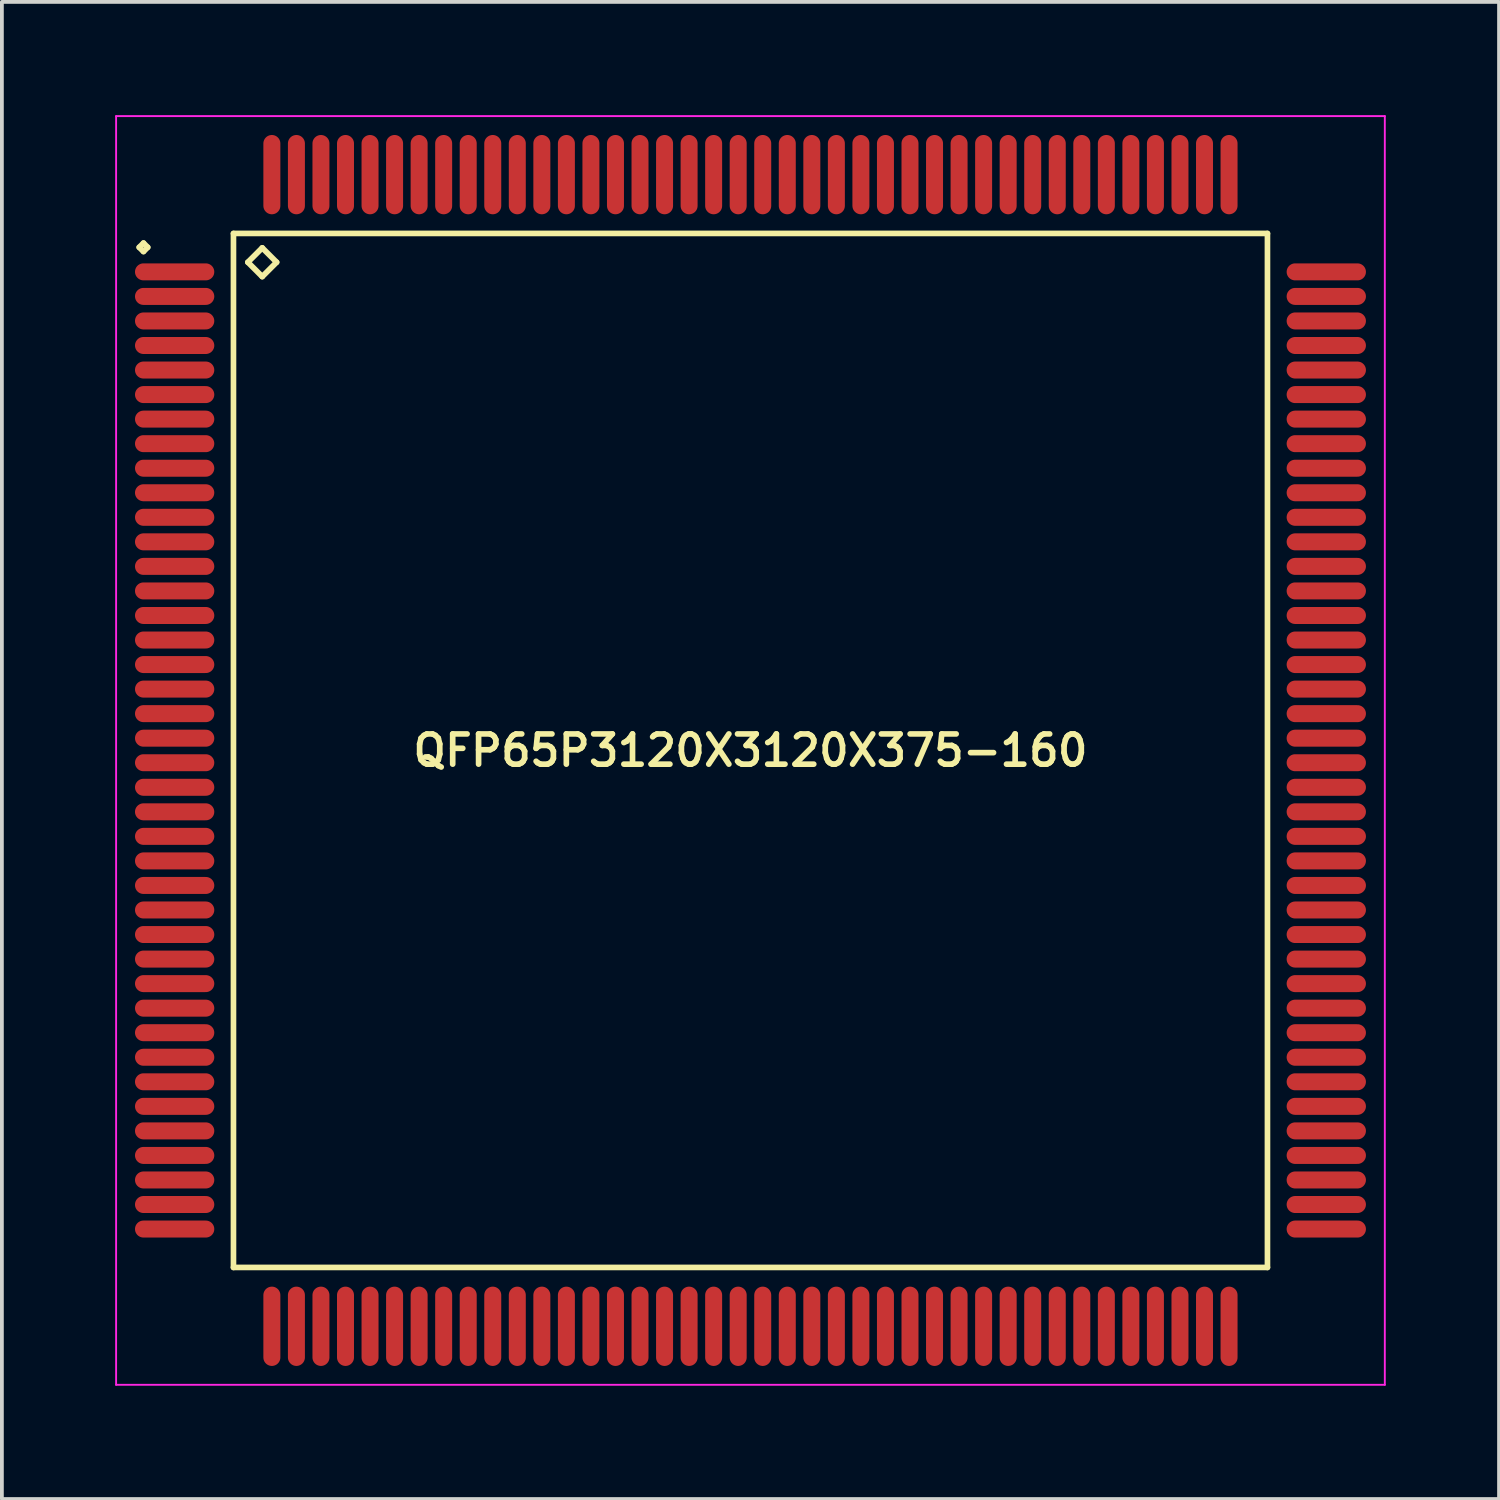
<source format=kicad_pcb>
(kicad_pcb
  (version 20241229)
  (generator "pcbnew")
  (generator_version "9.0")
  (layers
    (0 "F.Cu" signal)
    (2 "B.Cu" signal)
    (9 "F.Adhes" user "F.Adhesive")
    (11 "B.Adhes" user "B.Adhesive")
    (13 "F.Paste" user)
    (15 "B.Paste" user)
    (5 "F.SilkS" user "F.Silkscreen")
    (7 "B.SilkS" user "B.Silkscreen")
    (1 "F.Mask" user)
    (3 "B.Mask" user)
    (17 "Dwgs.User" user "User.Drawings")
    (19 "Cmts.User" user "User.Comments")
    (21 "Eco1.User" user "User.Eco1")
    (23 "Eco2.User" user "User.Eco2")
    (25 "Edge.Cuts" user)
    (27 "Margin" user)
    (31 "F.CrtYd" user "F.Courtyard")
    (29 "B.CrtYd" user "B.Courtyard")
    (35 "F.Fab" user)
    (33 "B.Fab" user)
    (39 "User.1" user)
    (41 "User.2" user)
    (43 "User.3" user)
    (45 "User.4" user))
  (footprint "QFP65P3120X3120X375-160"
    (layer "F.Cu")
    (at 16.825 16.825)
    (property "Reference" "QFP65P3120X3120X375-160" (at 0 0 0) (layer "F.SilkS") (effects (font (size 0.8 0.8) (thickness 0.15))))
    (attr smd)
    (fp_line (start -16.188 -13.325) (end -16.075 -13.438) (stroke (width 0.15) (type solid)) (layer "F.SilkS"))
    (fp_line (start -16.075 -13.438) (end -15.963 -13.325) (stroke (width 0.15) (type solid)) (layer "F.SilkS"))
    (fp_line (start -16.075 -13.213) (end -16.188 -13.325) (stroke (width 0.15) (type solid)) (layer "F.SilkS"))
    (fp_line (start -15.963 -13.325) (end -16.075 -13.213) (stroke (width 0.15) (type solid)) (layer "F.SilkS"))
    (fp_line (start -13.692 -13.692) (end -13.692 13.692) (stroke (width 0.15) (type solid)) (layer "F.SilkS"))
    (fp_line (start -13.692 13.692) (end 13.692 13.692) (stroke (width 0.15) (type solid)) (layer "F.SilkS"))
    (fp_line (start -13.311 -12.93) (end -12.93 -13.311) (stroke (width 0.15) (type solid)) (layer "F.SilkS"))
    (fp_line (start -12.93 -13.311) (end -12.549 -12.93) (stroke (width 0.15) (type solid)) (layer "F.SilkS"))
    (fp_line (start -12.93 -12.549) (end -13.311 -12.93) (stroke (width 0.15) (type solid)) (layer "F.SilkS"))
    (fp_line (start -12.549 -12.93) (end -12.93 -12.549) (stroke (width 0.15) (type solid)) (layer "F.SilkS"))
    (fp_line (start 13.692 -13.692) (end -13.692 -13.692) (stroke (width 0.15) (type solid)) (layer "F.SilkS"))
    (fp_line (start 13.692 13.692) (end 13.692 -13.692) (stroke (width 0.15) (type solid)) (layer "F.SilkS"))
    (fp_line (start -16.8 -16.8) (end 16.8 -16.8) (stroke (width 0.05) (type solid)) (layer "F.CrtYd"))
    (fp_line (start -16.8 16.8) (end -16.8 -16.8) (stroke (width 0.05) (type solid)) (layer "F.CrtYd"))
    (fp_line (start 16.8 -16.8) (end 16.8 16.8) (stroke (width 0.05) (type solid)) (layer "F.CrtYd"))
    (fp_line (start 16.8 16.8) (end -16.8 16.8) (stroke (width 0.05) (type solid)) (layer "F.CrtYd"))
    (pad "1" smd oval (at -15.25 -12.675) (size 2.1 0.45) (layers "F.Cu" "F.Mask" "F.Paste"))
    (pad "2" smd oval (at -15.25 -12.025) (size 2.1 0.45) (layers "F.Cu" "F.Mask" "F.Paste"))
    (pad "3" smd oval (at -15.25 -11.375) (size 2.1 0.45) (layers "F.Cu" "F.Mask" "F.Paste"))
    (pad "4" smd oval (at -15.25 -10.725) (size 2.1 0.45) (layers "F.Cu" "F.Mask" "F.Paste"))
    (pad "5" smd oval (at -15.25 -10.075) (size 2.1 0.45) (layers "F.Cu" "F.Mask" "F.Paste"))
    (pad "6" smd oval (at -15.25 -9.425) (size 2.1 0.45) (layers "F.Cu" "F.Mask" "F.Paste"))
    (pad "7" smd oval (at -15.25 -8.775) (size 2.1 0.45) (layers "F.Cu" "F.Mask" "F.Paste"))
    (pad "8" smd oval (at -15.25 -8.125) (size 2.1 0.45) (layers "F.Cu" "F.Mask" "F.Paste"))
    (pad "9" smd oval (at -15.25 -7.475) (size 2.1 0.45) (layers "F.Cu" "F.Mask" "F.Paste"))
    (pad "10" smd oval (at -15.25 -6.825) (size 2.1 0.45) (layers "F.Cu" "F.Mask" "F.Paste"))
    (pad "11" smd oval (at -15.25 -6.175) (size 2.1 0.45) (layers "F.Cu" "F.Mask" "F.Paste"))
    (pad "12" smd oval (at -15.25 -5.525) (size 2.1 0.45) (layers "F.Cu" "F.Mask" "F.Paste"))
    (pad "13" smd oval (at -15.25 -4.875) (size 2.1 0.45) (layers "F.Cu" "F.Mask" "F.Paste"))
    (pad "14" smd oval (at -15.25 -4.225) (size 2.1 0.45) (layers "F.Cu" "F.Mask" "F.Paste"))
    (pad "15" smd oval (at -15.25 -3.575) (size 2.1 0.45) (layers "F.Cu" "F.Mask" "F.Paste"))
    (pad "16" smd oval (at -15.25 -2.925) (size 2.1 0.45) (layers "F.Cu" "F.Mask" "F.Paste"))
    (pad "17" smd oval (at -15.25 -2.275) (size 2.1 0.45) (layers "F.Cu" "F.Mask" "F.Paste"))
    (pad "18" smd oval (at -15.25 -1.625) (size 2.1 0.45) (layers "F.Cu" "F.Mask" "F.Paste"))
    (pad "19" smd oval (at -15.25 -0.975) (size 2.1 0.45) (layers "F.Cu" "F.Mask" "F.Paste"))
    (pad "20" smd oval (at -15.25 -0.325) (size 2.1 0.45) (layers "F.Cu" "F.Mask" "F.Paste"))
    (pad "21" smd oval (at -15.25 0.325) (size 2.1 0.45) (layers "F.Cu" "F.Mask" "F.Paste"))
    (pad "22" smd oval (at -15.25 0.975) (size 2.1 0.45) (layers "F.Cu" "F.Mask" "F.Paste"))
    (pad "23" smd oval (at -15.25 1.625) (size 2.1 0.45) (layers "F.Cu" "F.Mask" "F.Paste"))
    (pad "24" smd oval (at -15.25 2.275) (size 2.1 0.45) (layers "F.Cu" "F.Mask" "F.Paste"))
    (pad "25" smd oval (at -15.25 2.925) (size 2.1 0.45) (layers "F.Cu" "F.Mask" "F.Paste"))
    (pad "26" smd oval (at -15.25 3.575) (size 2.1 0.45) (layers "F.Cu" "F.Mask" "F.Paste"))
    (pad "27" smd oval (at -15.25 4.225) (size 2.1 0.45) (layers "F.Cu" "F.Mask" "F.Paste"))
    (pad "28" smd oval (at -15.25 4.875) (size 2.1 0.45) (layers "F.Cu" "F.Mask" "F.Paste"))
    (pad "29" smd oval (at -15.25 5.525) (size 2.1 0.45) (layers "F.Cu" "F.Mask" "F.Paste"))
    (pad "30" smd oval (at -15.25 6.175) (size 2.1 0.45) (layers "F.Cu" "F.Mask" "F.Paste"))
    (pad "31" smd oval (at -15.25 6.825) (size 2.1 0.45) (layers "F.Cu" "F.Mask" "F.Paste"))
    (pad "32" smd oval (at -15.25 7.475) (size 2.1 0.45) (layers "F.Cu" "F.Mask" "F.Paste"))
    (pad "33" smd oval (at -15.25 8.125) (size 2.1 0.45) (layers "F.Cu" "F.Mask" "F.Paste"))
    (pad "34" smd oval (at -15.25 8.775) (size 2.1 0.45) (layers "F.Cu" "F.Mask" "F.Paste"))
    (pad "35" smd oval (at -15.25 9.425) (size 2.1 0.45) (layers "F.Cu" "F.Mask" "F.Paste"))
    (pad "36" smd oval (at -15.25 10.075) (size 2.1 0.45) (layers "F.Cu" "F.Mask" "F.Paste"))
    (pad "37" smd oval (at -15.25 10.725) (size 2.1 0.45) (layers "F.Cu" "F.Mask" "F.Paste"))
    (pad "38" smd oval (at -15.25 11.375) (size 2.1 0.45) (layers "F.Cu" "F.Mask" "F.Paste"))
    (pad "39" smd oval (at -15.25 12.025) (size 2.1 0.45) (layers "F.Cu" "F.Mask" "F.Paste"))
    (pad "40" smd oval (at -15.25 12.675) (size 2.1 0.45) (layers "F.Cu" "F.Mask" "F.Paste"))
    (pad "41" smd oval (at -12.675 15.25) (size 0.45 2.1) (layers "F.Cu" "F.Mask" "F.Paste"))
    (pad "42" smd oval (at -12.025 15.25) (size 0.45 2.1) (layers "F.Cu" "F.Mask" "F.Paste"))
    (pad "43" smd oval (at -11.375 15.25) (size 0.45 2.1) (layers "F.Cu" "F.Mask" "F.Paste"))
    (pad "44" smd oval (at -10.725 15.25) (size 0.45 2.1) (layers "F.Cu" "F.Mask" "F.Paste"))
    (pad "45" smd oval (at -10.075 15.25) (size 0.45 2.1) (layers "F.Cu" "F.Mask" "F.Paste"))
    (pad "46" smd oval (at -9.425 15.25) (size 0.45 2.1) (layers "F.Cu" "F.Mask" "F.Paste"))
    (pad "47" smd oval (at -8.775 15.25) (size 0.45 2.1) (layers "F.Cu" "F.Mask" "F.Paste"))
    (pad "48" smd oval (at -8.125 15.25) (size 0.45 2.1) (layers "F.Cu" "F.Mask" "F.Paste"))
    (pad "49" smd oval (at -7.475 15.25) (size 0.45 2.1) (layers "F.Cu" "F.Mask" "F.Paste"))
    (pad "50" smd oval (at -6.825 15.25) (size 0.45 2.1) (layers "F.Cu" "F.Mask" "F.Paste"))
    (pad "51" smd oval (at -6.175 15.25) (size 0.45 2.1) (layers "F.Cu" "F.Mask" "F.Paste"))
    (pad "52" smd oval (at -5.525 15.25) (size 0.45 2.1) (layers "F.Cu" "F.Mask" "F.Paste"))
    (pad "53" smd oval (at -4.875 15.25) (size 0.45 2.1) (layers "F.Cu" "F.Mask" "F.Paste"))
    (pad "54" smd oval (at -4.225 15.25) (size 0.45 2.1) (layers "F.Cu" "F.Mask" "F.Paste"))
    (pad "55" smd oval (at -3.575 15.25) (size 0.45 2.1) (layers "F.Cu" "F.Mask" "F.Paste"))
    (pad "56" smd oval (at -2.925 15.25) (size 0.45 2.1) (layers "F.Cu" "F.Mask" "F.Paste"))
    (pad "57" smd oval (at -2.275 15.25) (size 0.45 2.1) (layers "F.Cu" "F.Mask" "F.Paste"))
    (pad "58" smd oval (at -1.625 15.25) (size 0.45 2.1) (layers "F.Cu" "F.Mask" "F.Paste"))
    (pad "59" smd oval (at -0.975 15.25) (size 0.45 2.1) (layers "F.Cu" "F.Mask" "F.Paste"))
    (pad "60" smd oval (at -0.325 15.25) (size 0.45 2.1) (layers "F.Cu" "F.Mask" "F.Paste"))
    (pad "61" smd oval (at 0.325 15.25) (size 0.45 2.1) (layers "F.Cu" "F.Mask" "F.Paste"))
    (pad "62" smd oval (at 0.975 15.25) (size 0.45 2.1) (layers "F.Cu" "F.Mask" "F.Paste"))
    (pad "63" smd oval (at 1.625 15.25) (size 0.45 2.1) (layers "F.Cu" "F.Mask" "F.Paste"))
    (pad "64" smd oval (at 2.275 15.25) (size 0.45 2.1) (layers "F.Cu" "F.Mask" "F.Paste"))
    (pad "65" smd oval (at 2.925 15.25) (size 0.45 2.1) (layers "F.Cu" "F.Mask" "F.Paste"))
    (pad "66" smd oval (at 3.575 15.25) (size 0.45 2.1) (layers "F.Cu" "F.Mask" "F.Paste"))
    (pad "67" smd oval (at 4.225 15.25) (size 0.45 2.1) (layers "F.Cu" "F.Mask" "F.Paste"))
    (pad "68" smd oval (at 4.875 15.25) (size 0.45 2.1) (layers "F.Cu" "F.Mask" "F.Paste"))
    (pad "69" smd oval (at 5.525 15.25) (size 0.45 2.1) (layers "F.Cu" "F.Mask" "F.Paste"))
    (pad "70" smd oval (at 6.175 15.25) (size 0.45 2.1) (layers "F.Cu" "F.Mask" "F.Paste"))
    (pad "71" smd oval (at 6.825 15.25) (size 0.45 2.1) (layers "F.Cu" "F.Mask" "F.Paste"))
    (pad "72" smd oval (at 7.475 15.25) (size 0.45 2.1) (layers "F.Cu" "F.Mask" "F.Paste"))
    (pad "73" smd oval (at 8.125 15.25) (size 0.45 2.1) (layers "F.Cu" "F.Mask" "F.Paste"))
    (pad "74" smd oval (at 8.775 15.25) (size 0.45 2.1) (layers "F.Cu" "F.Mask" "F.Paste"))
    (pad "75" smd oval (at 9.425 15.25) (size 0.45 2.1) (layers "F.Cu" "F.Mask" "F.Paste"))
    (pad "76" smd oval (at 10.075 15.25) (size 0.45 2.1) (layers "F.Cu" "F.Mask" "F.Paste"))
    (pad "77" smd oval (at 10.725 15.25) (size 0.45 2.1) (layers "F.Cu" "F.Mask" "F.Paste"))
    (pad "78" smd oval (at 11.375 15.25) (size 0.45 2.1) (layers "F.Cu" "F.Mask" "F.Paste"))
    (pad "79" smd oval (at 12.025 15.25) (size 0.45 2.1) (layers "F.Cu" "F.Mask" "F.Paste"))
    (pad "80" smd oval (at 12.675 15.25) (size 0.45 2.1) (layers "F.Cu" "F.Mask" "F.Paste"))
    (pad "81" smd oval (at 15.25 12.675) (size 2.1 0.45) (layers "F.Cu" "F.Mask" "F.Paste"))
    (pad "82" smd oval (at 15.25 12.025) (size 2.1 0.45) (layers "F.Cu" "F.Mask" "F.Paste"))
    (pad "83" smd oval (at 15.25 11.375) (size 2.1 0.45) (layers "F.Cu" "F.Mask" "F.Paste"))
    (pad "84" smd oval (at 15.25 10.725) (size 2.1 0.45) (layers "F.Cu" "F.Mask" "F.Paste"))
    (pad "85" smd oval (at 15.25 10.075) (size 2.1 0.45) (layers "F.Cu" "F.Mask" "F.Paste"))
    (pad "86" smd oval (at 15.25 9.425) (size 2.1 0.45) (layers "F.Cu" "F.Mask" "F.Paste"))
    (pad "87" smd oval (at 15.25 8.775) (size 2.1 0.45) (layers "F.Cu" "F.Mask" "F.Paste"))
    (pad "88" smd oval (at 15.25 8.125) (size 2.1 0.45) (layers "F.Cu" "F.Mask" "F.Paste"))
    (pad "89" smd oval (at 15.25 7.475) (size 2.1 0.45) (layers "F.Cu" "F.Mask" "F.Paste"))
    (pad "90" smd oval (at 15.25 6.825) (size 2.1 0.45) (layers "F.Cu" "F.Mask" "F.Paste"))
    (pad "91" smd oval (at 15.25 6.175) (size 2.1 0.45) (layers "F.Cu" "F.Mask" "F.Paste"))
    (pad "92" smd oval (at 15.25 5.525) (size 2.1 0.45) (layers "F.Cu" "F.Mask" "F.Paste"))
    (pad "93" smd oval (at 15.25 4.875) (size 2.1 0.45) (layers "F.Cu" "F.Mask" "F.Paste"))
    (pad "94" smd oval (at 15.25 4.225) (size 2.1 0.45) (layers "F.Cu" "F.Mask" "F.Paste"))
    (pad "95" smd oval (at 15.25 3.575) (size 2.1 0.45) (layers "F.Cu" "F.Mask" "F.Paste"))
    (pad "96" smd oval (at 15.25 2.925) (size 2.1 0.45) (layers "F.Cu" "F.Mask" "F.Paste"))
    (pad "97" smd oval (at 15.25 2.275) (size 2.1 0.45) (layers "F.Cu" "F.Mask" "F.Paste"))
    (pad "98" smd oval (at 15.25 1.625) (size 2.1 0.45) (layers "F.Cu" "F.Mask" "F.Paste"))
    (pad "99" smd oval (at 15.25 0.975) (size 2.1 0.45) (layers "F.Cu" "F.Mask" "F.Paste"))
    (pad "100" smd oval (at 15.25 0.325) (size 2.1 0.45) (layers "F.Cu" "F.Mask" "F.Paste"))
    (pad "101" smd oval (at 15.25 -0.325) (size 2.1 0.45) (layers "F.Cu" "F.Mask" "F.Paste"))
    (pad "102" smd oval (at 15.25 -0.975) (size 2.1 0.45) (layers "F.Cu" "F.Mask" "F.Paste"))
    (pad "103" smd oval (at 15.25 -1.625) (size 2.1 0.45) (layers "F.Cu" "F.Mask" "F.Paste"))
    (pad "104" smd oval (at 15.25 -2.275) (size 2.1 0.45) (layers "F.Cu" "F.Mask" "F.Paste"))
    (pad "105" smd oval (at 15.25 -2.925) (size 2.1 0.45) (layers "F.Cu" "F.Mask" "F.Paste"))
    (pad "106" smd oval (at 15.25 -3.575) (size 2.1 0.45) (layers "F.Cu" "F.Mask" "F.Paste"))
    (pad "107" smd oval (at 15.25 -4.225) (size 2.1 0.45) (layers "F.Cu" "F.Mask" "F.Paste"))
    (pad "108" smd oval (at 15.25 -4.875) (size 2.1 0.45) (layers "F.Cu" "F.Mask" "F.Paste"))
    (pad "109" smd oval (at 15.25 -5.525) (size 2.1 0.45) (layers "F.Cu" "F.Mask" "F.Paste"))
    (pad "110" smd oval (at 15.25 -6.175) (size 2.1 0.45) (layers "F.Cu" "F.Mask" "F.Paste"))
    (pad "111" smd oval (at 15.25 -6.825) (size 2.1 0.45) (layers "F.Cu" "F.Mask" "F.Paste"))
    (pad "112" smd oval (at 15.25 -7.475) (size 2.1 0.45) (layers "F.Cu" "F.Mask" "F.Paste"))
    (pad "113" smd oval (at 15.25 -8.125) (size 2.1 0.45) (layers "F.Cu" "F.Mask" "F.Paste"))
    (pad "114" smd oval (at 15.25 -8.775) (size 2.1 0.45) (layers "F.Cu" "F.Mask" "F.Paste"))
    (pad "115" smd oval (at 15.25 -9.425) (size 2.1 0.45) (layers "F.Cu" "F.Mask" "F.Paste"))
    (pad "116" smd oval (at 15.25 -10.075) (size 2.1 0.45) (layers "F.Cu" "F.Mask" "F.Paste"))
    (pad "117" smd oval (at 15.25 -10.725) (size 2.1 0.45) (layers "F.Cu" "F.Mask" "F.Paste"))
    (pad "118" smd oval (at 15.25 -11.375) (size 2.1 0.45) (layers "F.Cu" "F.Mask" "F.Paste"))
    (pad "119" smd oval (at 15.25 -12.025) (size 2.1 0.45) (layers "F.Cu" "F.Mask" "F.Paste"))
    (pad "120" smd oval (at 15.25 -12.675) (size 2.1 0.45) (layers "F.Cu" "F.Mask" "F.Paste"))
    (pad "121" smd oval (at 12.675 -15.25) (size 0.45 2.1) (layers "F.Cu" "F.Mask" "F.Paste"))
    (pad "122" smd oval (at 12.025 -15.25) (size 0.45 2.1) (layers "F.Cu" "F.Mask" "F.Paste"))
    (pad "123" smd oval (at 11.375 -15.25) (size 0.45 2.1) (layers "F.Cu" "F.Mask" "F.Paste"))
    (pad "124" smd oval (at 10.725 -15.25) (size 0.45 2.1) (layers "F.Cu" "F.Mask" "F.Paste"))
    (pad "125" smd oval (at 10.075 -15.25) (size 0.45 2.1) (layers "F.Cu" "F.Mask" "F.Paste"))
    (pad "126" smd oval (at 9.425 -15.25) (size 0.45 2.1) (layers "F.Cu" "F.Mask" "F.Paste"))
    (pad "127" smd oval (at 8.775 -15.25) (size 0.45 2.1) (layers "F.Cu" "F.Mask" "F.Paste"))
    (pad "128" smd oval (at 8.125 -15.25) (size 0.45 2.1) (layers "F.Cu" "F.Mask" "F.Paste"))
    (pad "129" smd oval (at 7.475 -15.25) (size 0.45 2.1) (layers "F.Cu" "F.Mask" "F.Paste"))
    (pad "130" smd oval (at 6.825 -15.25) (size 0.45 2.1) (layers "F.Cu" "F.Mask" "F.Paste"))
    (pad "131" smd oval (at 6.175 -15.25) (size 0.45 2.1) (layers "F.Cu" "F.Mask" "F.Paste"))
    (pad "132" smd oval (at 5.525 -15.25) (size 0.45 2.1) (layers "F.Cu" "F.Mask" "F.Paste"))
    (pad "133" smd oval (at 4.875 -15.25) (size 0.45 2.1) (layers "F.Cu" "F.Mask" "F.Paste"))
    (pad "134" smd oval (at 4.225 -15.25) (size 0.45 2.1) (layers "F.Cu" "F.Mask" "F.Paste"))
    (pad "135" smd oval (at 3.575 -15.25) (size 0.45 2.1) (layers "F.Cu" "F.Mask" "F.Paste"))
    (pad "136" smd oval (at 2.925 -15.25) (size 0.45 2.1) (layers "F.Cu" "F.Mask" "F.Paste"))
    (pad "137" smd oval (at 2.275 -15.25) (size 0.45 2.1) (layers "F.Cu" "F.Mask" "F.Paste"))
    (pad "138" smd oval (at 1.625 -15.25) (size 0.45 2.1) (layers "F.Cu" "F.Mask" "F.Paste"))
    (pad "139" smd oval (at 0.975 -15.25) (size 0.45 2.1) (layers "F.Cu" "F.Mask" "F.Paste"))
    (pad "140" smd oval (at 0.325 -15.25) (size 0.45 2.1) (layers "F.Cu" "F.Mask" "F.Paste"))
    (pad "141" smd oval (at -0.325 -15.25) (size 0.45 2.1) (layers "F.Cu" "F.Mask" "F.Paste"))
    (pad "142" smd oval (at -0.975 -15.25) (size 0.45 2.1) (layers "F.Cu" "F.Mask" "F.Paste"))
    (pad "143" smd oval (at -1.625 -15.25) (size 0.45 2.1) (layers "F.Cu" "F.Mask" "F.Paste"))
    (pad "144" smd oval (at -2.275 -15.25) (size 0.45 2.1) (layers "F.Cu" "F.Mask" "F.Paste"))
    (pad "145" smd oval (at -2.925 -15.25) (size 0.45 2.1) (layers "F.Cu" "F.Mask" "F.Paste"))
    (pad "146" smd oval (at -3.575 -15.25) (size 0.45 2.1) (layers "F.Cu" "F.Mask" "F.Paste"))
    (pad "147" smd oval (at -4.225 -15.25) (size 0.45 2.1) (layers "F.Cu" "F.Mask" "F.Paste"))
    (pad "148" smd oval (at -4.875 -15.25) (size 0.45 2.1) (layers "F.Cu" "F.Mask" "F.Paste"))
    (pad "149" smd oval (at -5.525 -15.25) (size 0.45 2.1) (layers "F.Cu" "F.Mask" "F.Paste"))
    (pad "150" smd oval (at -6.175 -15.25) (size 0.45 2.1) (layers "F.Cu" "F.Mask" "F.Paste"))
    (pad "151" smd oval (at -6.825 -15.25) (size 0.45 2.1) (layers "F.Cu" "F.Mask" "F.Paste"))
    (pad "152" smd oval (at -7.475 -15.25) (size 0.45 2.1) (layers "F.Cu" "F.Mask" "F.Paste"))
    (pad "153" smd oval (at -8.125 -15.25) (size 0.45 2.1) (layers "F.Cu" "F.Mask" "F.Paste"))
    (pad "154" smd oval (at -8.775 -15.25) (size 0.45 2.1) (layers "F.Cu" "F.Mask" "F.Paste"))
    (pad "155" smd oval (at -9.425 -15.25) (size 0.45 2.1) (layers "F.Cu" "F.Mask" "F.Paste"))
    (pad "156" smd oval (at -10.075 -15.25) (size 0.45 2.1) (layers "F.Cu" "F.Mask" "F.Paste"))
    (pad "157" smd oval (at -10.725 -15.25) (size 0.45 2.1) (layers "F.Cu" "F.Mask" "F.Paste"))
    (pad "158" smd oval (at -11.375 -15.25) (size 0.45 2.1) (layers "F.Cu" "F.Mask" "F.Paste"))
    (pad "159" smd oval (at -12.025 -15.25) (size 0.45 2.1) (layers "F.Cu" "F.Mask" "F.Paste"))
    (pad "160" smd oval (at -12.675 -15.25) (size 0.45 2.1) (layers "F.Cu" "F.Mask" "F.Paste")))
  (gr_rect
    (start -3 -3)
    (end 36.65 36.65)
    (stroke (width 0.1) (type default))
    (fill no)
    (layer "Edge.Cuts")))
</source>
